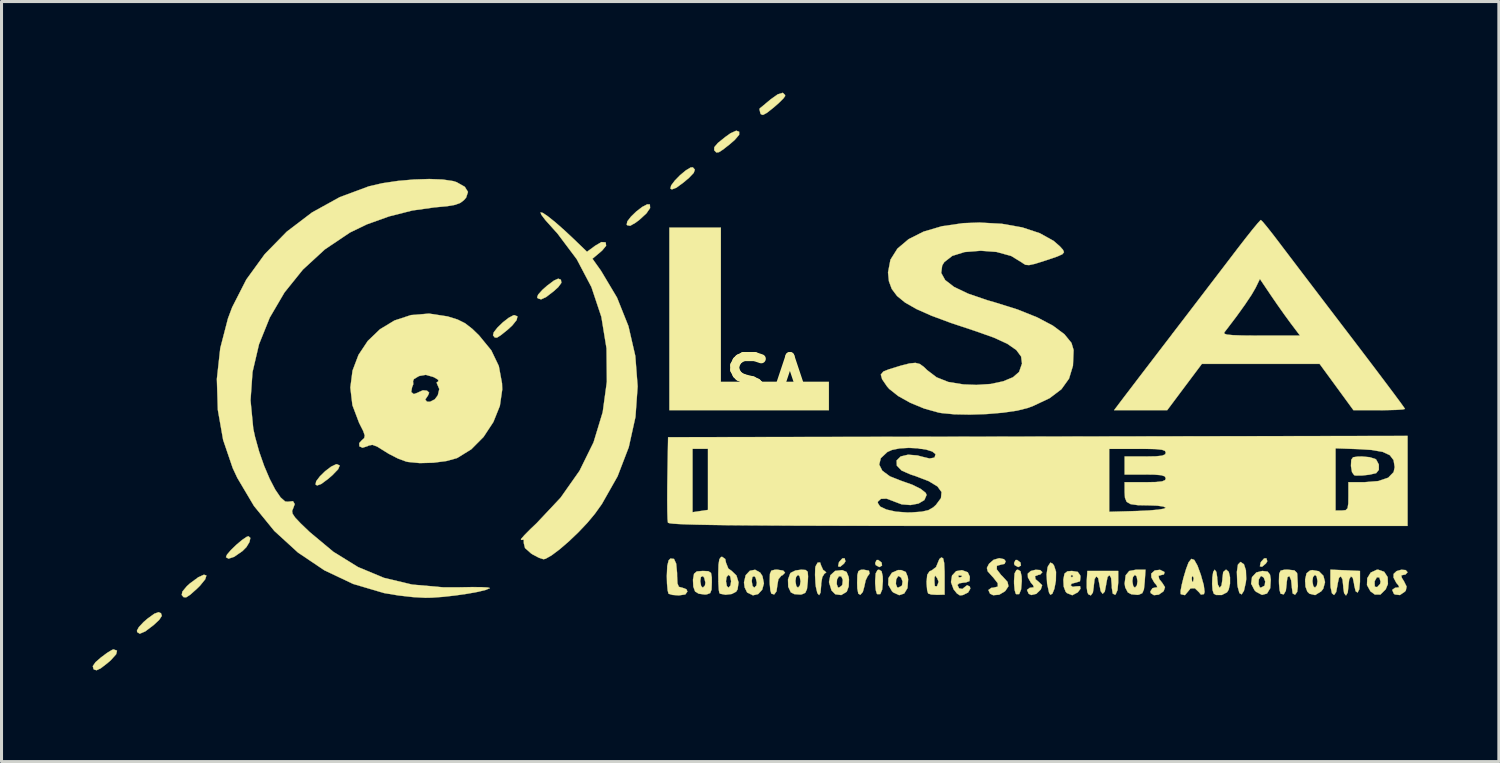
<source format=kicad_pcb>
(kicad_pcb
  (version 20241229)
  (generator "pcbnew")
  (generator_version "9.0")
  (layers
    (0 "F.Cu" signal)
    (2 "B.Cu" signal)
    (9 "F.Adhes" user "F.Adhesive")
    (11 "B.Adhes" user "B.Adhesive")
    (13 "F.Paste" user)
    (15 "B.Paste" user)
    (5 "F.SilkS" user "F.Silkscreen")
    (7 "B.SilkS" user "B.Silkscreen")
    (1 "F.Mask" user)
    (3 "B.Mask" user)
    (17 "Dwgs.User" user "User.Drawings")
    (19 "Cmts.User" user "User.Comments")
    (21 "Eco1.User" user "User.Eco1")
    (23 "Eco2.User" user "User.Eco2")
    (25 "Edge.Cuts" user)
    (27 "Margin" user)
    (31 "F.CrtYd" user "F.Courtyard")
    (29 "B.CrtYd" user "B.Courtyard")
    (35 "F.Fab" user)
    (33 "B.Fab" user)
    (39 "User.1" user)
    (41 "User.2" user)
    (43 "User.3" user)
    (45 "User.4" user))
  (footprint "LSA"
    (layer "F.Cu")
    (at 21.61 9.522)
    (property "Reference" "LSA" (at 0 0 0) (layer "F.SilkS") (effects (font (size 1.524 1.524) (thickness 0.3))))
    (attr through_hole)
    (fp_poly (pts (xy -0.931 0) (xy 2.625 0) (xy 2.625 0.931) (xy -2.625 0.931) (xy -2.625 -5.08) (xy -0.931 -5.08) (xy -0.931 0)) (stroke (width 0.01) (type solid)) (fill yes) (layer "F.SilkS"))
    (fp_poly (pts (xy 4.361 5.946) (xy 4.375 6.047) (xy 4.283 6.096) (xy 4.166 6.028) (xy 4.149 5.962) (xy 4.198 5.863) (xy 4.249 5.861) (xy 4.361 5.946)) (stroke (width 0.01) (type solid)) (fill yes) (layer "F.SilkS"))
    (fp_poly (pts (xy 8.933 5.946) (xy 8.947 6.047) (xy 8.855 6.096) (xy 8.738 6.028) (xy 8.721 5.962) (xy 8.77 5.863) (xy 8.821 5.861) (xy 8.933 5.946)) (stroke (width 0.01) (type solid)) (fill yes) (layer "F.SilkS"))
    (fp_poly (pts (xy 3.172 5.903) (xy 3.126 5.977) (xy 2.998 6.085) (xy 2.928 6.07) (xy 2.955 5.943) (xy 2.965 5.924) (xy 3.067 5.811) (xy 3.141 5.805) (xy 3.172 5.903)) (stroke (width 0.01) (type solid)) (fill yes) (layer "F.SilkS"))
    (fp_poly (pts (xy 17.057 5.903) (xy 17.012 5.977) (xy 16.883 6.085) (xy 16.814 6.07) (xy 16.84 5.943) (xy 16.85 5.924) (xy 16.952 5.811) (xy 17.026 5.805) (xy 17.057 5.903)) (stroke (width 0.01) (type solid)) (fill yes) (layer "F.SilkS"))
    (fp_poly (pts (xy -19.361 7.614) (xy -19.334 7.703) (xy -19.419 7.832) (xy -19.601 8.002) (xy -19.876 8.211) (xy -20.059 8.289) (xy -20.144 8.235) (xy -20.151 8.185) (xy -20.089 8.071) (xy -19.932 7.903) (xy -19.805 7.794) (xy -19.58 7.631) (xy -19.439 7.58) (xy -19.361 7.614)) (stroke (width 0.01) (type solid)) (fill yes) (layer "F.SilkS"))
    (fp_poly (pts (xy -17.866 6.373) (xy -17.906 6.499) (xy -18.079 6.711) (xy -18.182 6.812) (xy -18.4 7.006) (xy -18.534 7.092) (xy -18.619 7.084) (xy -18.678 7.013) (xy -18.655 6.9) (xy -18.51 6.726) (xy -18.408 6.633) (xy -18.131 6.429) (xy -17.946 6.346) (xy -17.866 6.373)) (stroke (width 0.01) (type solid)) (fill yes) (layer "F.SilkS"))
    (fp_poly (pts (xy -16.419 5.136) (xy -16.448 5.271) (xy -16.548 5.437) (xy -16.676 5.566) (xy -16.953 5.758) (xy -17.136 5.818) (xy -17.222 5.77) (xy -17.187 5.684) (xy -17.059 5.535) (xy -16.88 5.362) (xy -16.693 5.204) (xy -16.539 5.1) (xy -16.48 5.08) (xy -16.419 5.136)) (stroke (width 0.01) (type solid)) (fill yes) (layer "F.SilkS"))
    (fp_poly (pts (xy -13.477 2.752) (xy -13.53 2.875) (xy -13.722 3.074) (xy -13.861 3.194) (xy -14.086 3.36) (xy -14.221 3.409) (xy -14.273 3.376) (xy -14.251 3.269) (xy -14.13 3.109) (xy -13.953 2.936) (xy -13.762 2.791) (xy -13.601 2.713) (xy -13.568 2.709) (xy -13.477 2.752)) (stroke (width 0.01) (type solid)) (fill yes) (layer "F.SilkS"))
    (fp_poly (pts (xy -3.268 -5.842) (xy -3.26 -5.725) (xy -3.38 -5.549) (xy -3.612 -5.336) (xy -3.741 -5.239) (xy -3.917 -5.139) (xy -4.016 -5.159) (xy -4.03 -5.179) (xy -4.009 -5.285) (xy -3.888 -5.442) (xy -3.711 -5.613) (xy -3.519 -5.76) (xy -3.355 -5.846) (xy -3.268 -5.842)) (stroke (width 0.01) (type solid)) (fill yes) (layer "F.SilkS"))
    (fp_poly (pts (xy -1.787 -6.988) (xy -1.823 -6.882) (xy -1.975 -6.722) (xy -2.153 -6.571) (xy -2.396 -6.392) (xy -2.542 -6.337) (xy -2.591 -6.364) (xy -2.567 -6.467) (xy -2.446 -6.628) (xy -2.271 -6.807) (xy -2.083 -6.963) (xy -1.926 -7.058) (xy -1.853 -7.064) (xy -1.787 -6.988)) (stroke (width 0.01) (type solid)) (fill yes) (layer "F.SilkS"))
    (fp_poly (pts (xy 4.36 6.231) (xy 4.398 6.402) (xy 4.403 6.557) (xy 4.38 6.834) (xy 4.318 6.984) (xy 4.225 6.987) (xy 4.203 6.969) (xy 4.17 6.857) (xy 4.15 6.643) (xy 4.149 6.548) (xy 4.167 6.302) (xy 4.227 6.193) (xy 4.276 6.181) (xy 4.36 6.231)) (stroke (width 0.01) (type solid)) (fill yes) (layer "F.SilkS"))
    (fp_poly (pts (xy 8.932 6.231) (xy 8.97 6.402) (xy 8.975 6.557) (xy 8.952 6.834) (xy 8.89 6.984) (xy 8.797 6.987) (xy 8.775 6.969) (xy 8.742 6.857) (xy 8.722 6.643) (xy 8.721 6.548) (xy 8.739 6.302) (xy 8.799 6.193) (xy 8.848 6.181) (xy 8.932 6.231)) (stroke (width 0.01) (type solid)) (fill yes) (layer "F.SilkS"))
    (fp_poly (pts (xy 9.989 5.982) (xy 10.036 6.043) (xy 10.103 6.25) (xy 10.098 6.545) (xy 10.048 6.81) (xy 9.982 6.972) (xy 9.915 7.007) (xy 9.873 6.936) (xy 9.809 6.64) (xy 9.792 6.337) (xy 9.825 6.101) (xy 9.843 6.06) (xy 9.918 5.947) (xy 9.989 5.982)) (stroke (width 0.01) (type solid)) (fill yes) (layer "F.SilkS"))
    (fp_poly (pts (xy 16.289 6.003) (xy 16.354 6.204) (xy 16.363 6.49) (xy 16.351 6.597) (xy 16.289 6.875) (xy 16.213 6.994) (xy 16.14 6.952) (xy 16.083 6.747) (xy 16.069 6.629) (xy 16.056 6.251) (xy 16.091 6.013) (xy 16.174 5.927) (xy 16.178 5.927) (xy 16.289 6.003)) (stroke (width 0.01) (type solid)) (fill yes) (layer "F.SilkS"))
    (fp_poly (pts (xy -20.808 8.846) (xy -20.837 8.965) (xy -21.006 9.154) (xy -21.12 9.254) (xy -21.343 9.427) (xy -21.481 9.492) (xy -21.568 9.466) (xy -21.581 9.451) (xy -21.605 9.356) (xy -21.517 9.228) (xy -21.34 9.073) (xy -21.132 8.918) (xy -20.972 8.822) (xy -20.923 8.805) (xy -20.808 8.846)) (stroke (width 0.01) (type solid)) (fill yes) (layer "F.SilkS"))
    (fp_poly (pts (xy -6.198 -3.365) (xy -6.196 -3.363) (xy -6.18 -3.263) (xy -6.286 -3.118) (xy -6.435 -2.984) (xy -6.685 -2.792) (xy -6.849 -2.717) (xy -6.953 -2.75) (xy -6.979 -2.785) (xy -6.945 -2.874) (xy -6.807 -3.028) (xy -6.654 -3.164) (xy -6.425 -3.336) (xy -6.283 -3.399) (xy -6.198 -3.365)) (stroke (width 0.01) (type solid)) (fill yes) (layer "F.SilkS"))
    (fp_poly (pts (xy -0.328 -8.236) (xy -0.329 -8.135) (xy -0.474 -7.966) (xy -0.616 -7.842) (xy -0.852 -7.654) (xy -0.995 -7.562) (xy -1.079 -7.553) (xy -1.138 -7.613) (xy -1.15 -7.632) (xy -1.146 -7.727) (xy -1.028 -7.866) (xy -0.782 -8.064) (xy -0.609 -8.187) (xy -0.423 -8.27) (xy -0.328 -8.236)) (stroke (width 0.01) (type solid)) (fill yes) (layer "F.SilkS"))
    (fp_poly (pts (xy 3.944 6.214) (xy 3.966 6.31) (xy 3.901 6.397) (xy 3.835 6.534) (xy 3.795 6.724) (xy 3.743 6.913) (xy 3.662 7.007) (xy 3.595 6.972) (xy 3.561 6.798) (xy 3.556 6.611) (xy 3.563 6.357) (xy 3.597 6.23) (xy 3.679 6.185) (xy 3.768 6.181) (xy 3.944 6.214)) (stroke (width 0.01) (type solid)) (fill yes) (layer "F.SilkS"))
    (fp_poly (pts (xy -7.626 -2.157) (xy -7.654 -2.036) (xy -7.799 -1.856) (xy -7.954 -1.714) (xy -8.172 -1.539) (xy -8.299 -1.459) (xy -8.372 -1.462) (xy -8.43 -1.533) (xy -8.431 -1.535) (xy -8.405 -1.635) (xy -8.282 -1.791) (xy -8.105 -1.962) (xy -7.917 -2.109) (xy -7.761 -2.192) (xy -7.726 -2.198) (xy -7.626 -2.157)) (stroke (width 0.01) (type solid)) (fill yes) (layer "F.SilkS"))
    (fp_poly (pts (xy 1.122 6.21) (xy 1.183 6.28) (xy 1.098 6.364) (xy 1.058 6.381) (xy 0.963 6.497) (xy 0.931 6.681) (xy 0.901 6.894) (xy 0.825 6.997) (xy 0.731 6.969) (xy 0.698 6.857) (xy 0.679 6.643) (xy 0.677 6.548) (xy 0.685 6.319) (xy 0.731 6.213) (xy 0.848 6.182) (xy 0.931 6.181) (xy 1.122 6.21)) (stroke (width 0.01) (type solid)) (fill yes) (layer "F.SilkS"))
    (fp_poly (pts (xy 1.182 -9.446) (xy 1.185 -9.411) (xy 1.125 -9.328) (xy 0.97 -9.175) (xy 0.804 -9.03) (xy 0.584 -8.857) (xy 0.455 -8.788) (xy 0.388 -8.812) (xy 0.37 -8.846) (xy 0.341 -8.973) (xy 0.349 -9.003) (xy 0.427 -9.065) (xy 0.589 -9.201) (xy 0.704 -9.297) (xy 0.941 -9.466) (xy 1.106 -9.517) (xy 1.182 -9.446)) (stroke (width 0.01) (type solid)) (fill yes) (layer "F.SilkS"))
    (fp_poly (pts (xy 2.371 6.047) (xy 2.435 6.187) (xy 2.477 6.216) (xy 2.539 6.272) (xy 2.477 6.315) (xy 2.409 6.424) (xy 2.373 6.633) (xy 2.371 6.696) (xy 2.351 6.936) (xy 2.304 7.019) (xy 2.246 6.952) (xy 2.197 6.743) (xy 2.184 6.625) (xy 2.17 6.353) (xy 2.176 6.133) (xy 2.185 6.075) (xy 2.255 5.949) (xy 2.336 5.942) (xy 2.371 6.047)) (stroke (width 0.01) (type solid)) (fill yes) (layer "F.SilkS"))
    (fp_poly (pts (xy 20.426 2.478) (xy 20.609 2.534) (xy 20.642 2.557) (xy 20.729 2.72) (xy 20.729 2.894) (xy 20.642 3.003) (xy 20.637 3.004) (xy 20.419 3.054) (xy 20.167 3.082) (xy 19.964 3.081) (xy 19.918 3.071) (xy 19.846 2.97) (xy 19.812 2.772) (xy 19.812 2.745) (xy 19.821 2.564) (xy 19.881 2.48) (xy 20.037 2.457) (xy 20.176 2.455) (xy 20.426 2.478)) (stroke (width 0.01) (type solid)) (fill yes) (layer "F.SilkS"))
    (fp_poly (pts (xy -2.473 5.827) (xy -2.402 5.981) (xy -2.372 6.288) (xy -2.371 6.399) (xy -2.359 6.635) (xy -2.312 6.745) (xy -2.208 6.773) (xy -2.201 6.773) (xy -2.063 6.826) (xy -2.032 6.9) (xy -2.1 6.996) (xy -2.312 7.027) (xy -2.314 7.027) (xy -2.523 7.012) (xy -2.649 6.974) (xy -2.653 6.971) (xy -2.682 6.862) (xy -2.703 6.637) (xy -2.709 6.387) (xy -2.695 6.058) (xy -2.649 5.873) (xy -2.589 5.814) (xy -2.473 5.827)) (stroke (width 0.01) (type solid)) (fill yes) (layer "F.SilkS"))
    (fp_poly (pts (xy 9.582 6.194) (xy 9.652 6.262) (xy 9.652 6.265) (xy 9.583 6.34) (xy 9.525 6.35) (xy 9.411 6.394) (xy 9.428 6.495) (xy 9.546 6.595) (xy 9.646 6.694) (xy 9.601 6.832) (xy 9.454 6.976) (xy 9.289 7.015) (xy 9.203 6.974) (xy 9.147 6.848) (xy 9.239 6.777) (xy 9.284 6.773) (xy 9.373 6.76) (xy 9.347 6.691) (xy 9.274 6.607) (xy 9.178 6.437) (xy 9.173 6.311) (xy 9.27 6.225) (xy 9.43 6.184) (xy 9.582 6.194)) (stroke (width 0.01) (type solid)) (fill yes) (layer "F.SilkS"))
    (fp_poly (pts (xy 13.665 6.253) (xy 13.674 6.265) (xy 13.654 6.338) (xy 13.594 6.35) (xy 13.477 6.383) (xy 13.499 6.489) (xy 13.601 6.617) (xy 13.69 6.757) (xy 13.649 6.878) (xy 13.633 6.899) (xy 13.485 7.002) (xy 13.326 7.02) (xy 13.221 6.954) (xy 13.208 6.9) (xy 13.277 6.791) (xy 13.348 6.773) (xy 13.437 6.76) (xy 13.411 6.691) (xy 13.338 6.607) (xy 13.242 6.437) (xy 13.237 6.311) (xy 13.352 6.207) (xy 13.525 6.185) (xy 13.665 6.253)) (stroke (width 0.01) (type solid)) (fill yes) (layer "F.SilkS"))
    (fp_poly (pts (xy 20.905 6.25) (xy 21.019 6.425) (xy 21.028 6.653) (xy 20.955 6.827) (xy 20.783 6.998) (xy 20.599 7) (xy 20.453 6.894) (xy 20.339 6.686) (xy 20.343 6.592) (xy 20.588 6.592) (xy 20.597 6.74) (xy 20.673 6.755) (xy 20.771 6.649) (xy 20.786 6.576) (xy 20.746 6.437) (xy 20.664 6.431) (xy 20.595 6.554) (xy 20.588 6.592) (xy 20.343 6.592) (xy 20.348 6.461) (xy 20.462 6.276) (xy 20.662 6.183) (xy 20.706 6.181) (xy 20.905 6.25)) (stroke (width 0.01) (type solid)) (fill yes) (layer "F.SilkS"))
    (fp_poly (pts (xy 21.614 6.194) (xy 21.675 6.265) (xy 21.606 6.34) (xy 21.546 6.35) (xy 21.467 6.368) (xy 21.487 6.451) (xy 21.556 6.562) (xy 21.643 6.737) (xy 21.618 6.863) (xy 21.59 6.901) (xy 21.422 7.016) (xy 21.256 6.997) (xy 21.223 6.971) (xy 21.169 6.847) (xy 21.264 6.777) (xy 21.307 6.773) (xy 21.399 6.761) (xy 21.373 6.695) (xy 21.305 6.616) (xy 21.213 6.441) (xy 21.216 6.32) (xy 21.313 6.228) (xy 21.469 6.183) (xy 21.614 6.194)) (stroke (width 0.01) (type solid)) (fill yes) (layer "F.SilkS"))
    (fp_poly (pts (xy 0.363 6.276) (xy 0.439 6.392) (xy 0.487 6.632) (xy 0.43 6.84) (xy 0.299 6.982) (xy 0.126 7.025) (xy -0.057 6.936) (xy -0.068 6.926) (xy -0.146 6.767) (xy -0.169 6.604) (xy -0.158 6.557) (xy 0.085 6.557) (xy 0.113 6.718) (xy 0.169 6.773) (xy 0.239 6.703) (xy 0.254 6.609) (xy 0.215 6.447) (xy 0.169 6.392) (xy 0.107 6.422) (xy 0.085 6.557) (xy -0.158 6.557) (xy -0.114 6.363) (xy 0.023 6.217) (xy 0.197 6.183) (xy 0.363 6.276)) (stroke (width 0.01) (type solid)) (fill yes) (layer "F.SilkS"))
    (fp_poly (pts (xy 3.209 6.257) (xy 3.276 6.42) (xy 3.287 6.504) (xy 3.277 6.734) (xy 3.215 6.903) (xy 3.213 6.906) (xy 3.032 7.016) (xy 2.837 6.99) (xy 2.712 6.864) (xy 2.648 6.651) (xy 2.882 6.651) (xy 2.922 6.76) (xy 2.954 6.773) (xy 3.049 6.707) (xy 3.069 6.668) (xy 3.084 6.514) (xy 3.034 6.404) (xy 2.956 6.397) (xy 2.894 6.501) (xy 2.882 6.651) (xy 2.648 6.651) (xy 2.629 6.589) (xy 2.675 6.363) (xy 2.831 6.221) (xy 3.065 6.195) (xy 3.209 6.257)) (stroke (width 0.01) (type solid)) (fill yes) (layer "F.SilkS"))
    (fp_poly (pts (xy 13.022 6.583) (xy 12.996 6.829) (xy 12.942 6.954) (xy 12.834 7.002) (xy 12.784 7.01) (xy 12.58 6.99) (xy 12.467 6.929) (xy 12.38 6.763) (xy 12.361 6.636) (xy 12.371 6.562) (xy 12.615 6.562) (xy 12.644 6.721) (xy 12.7 6.773) (xy 12.764 6.701) (xy 12.785 6.562) (xy 12.756 6.403) (xy 12.7 6.35) (xy 12.636 6.422) (xy 12.615 6.562) (xy 12.371 6.562) (xy 12.395 6.366) (xy 12.512 6.224) (xy 12.74 6.181) (xy 12.756 6.181) (xy 13.048 6.181) (xy 13.022 6.583)) (stroke (width 0.01) (type solid)) (fill yes) (layer "F.SilkS"))
    (fp_poly (pts (xy 15.788 6.253) (xy 15.83 6.428) (xy 15.83 6.644) (xy 15.785 6.84) (xy 15.731 6.926) (xy 15.56 7.014) (xy 15.372 7.013) (xy 15.296 6.971) (xy 15.256 6.854) (xy 15.241 6.653) (xy 15.249 6.432) (xy 15.277 6.253) (xy 15.325 6.181) (xy 15.381 6.255) (xy 15.409 6.438) (xy 15.409 6.477) (xy 15.431 6.673) (xy 15.483 6.771) (xy 15.494 6.773) (xy 15.55 6.699) (xy 15.578 6.516) (xy 15.579 6.477) (xy 15.606 6.258) (xy 15.694 6.181) (xy 15.706 6.181) (xy 15.788 6.253)) (stroke (width 0.01) (type solid)) (fill yes) (layer "F.SilkS"))
    (fp_poly (pts (xy 17.068 6.244) (xy 17.146 6.342) (xy 17.172 6.504) (xy 17.153 6.791) (xy 17.048 6.966) (xy 16.884 7.011) (xy 16.688 6.909) (xy 16.635 6.855) (xy 16.533 6.653) (xy 16.769 6.653) (xy 16.811 6.761) (xy 16.844 6.773) (xy 16.959 6.712) (xy 16.971 6.696) (xy 16.989 6.57) (xy 16.942 6.443) (xy 16.863 6.39) (xy 16.84 6.398) (xy 16.778 6.503) (xy 16.769 6.653) (xy 16.533 6.653) (xy 16.526 6.638) (xy 16.554 6.427) (xy 16.697 6.272) (xy 16.893 6.223) (xy 17.068 6.244)) (stroke (width 0.01) (type solid)) (fill yes) (layer "F.SilkS"))
    (fp_poly (pts (xy 18.755 6.232) (xy 18.903 6.38) (xy 18.958 6.59) (xy 18.899 6.808) (xy 18.832 6.894) (xy 18.632 7.017) (xy 18.447 6.973) (xy 18.377 6.906) (xy 18.315 6.741) (xy 18.305 6.562) (xy 18.542 6.562) (xy 18.571 6.721) (xy 18.627 6.773) (xy 18.69 6.701) (xy 18.711 6.562) (xy 18.682 6.403) (xy 18.627 6.35) (xy 18.563 6.422) (xy 18.542 6.562) (xy 18.305 6.562) (xy 18.303 6.511) (xy 18.303 6.504) (xy 18.35 6.299) (xy 18.463 6.209) (xy 18.537 6.194) (xy 18.755 6.232)) (stroke (width 0.01) (type solid)) (fill yes) (layer "F.SilkS"))
    (fp_poly (pts (xy 5.012 6.195) (xy 5.157 6.257) (xy 5.223 6.42) (xy 5.234 6.504) (xy 5.213 6.786) (xy 5.105 6.965) (xy 4.94 7.02) (xy 4.744 6.93) (xy 4.705 6.894) (xy 4.581 6.679) (xy 4.581 6.653) (xy 4.831 6.653) (xy 4.873 6.761) (xy 4.906 6.773) (xy 5.021 6.712) (xy 5.033 6.696) (xy 5.051 6.57) (xy 5.004 6.443) (xy 4.925 6.39) (xy 4.902 6.398) (xy 4.84 6.503) (xy 4.831 6.653) (xy 4.581 6.653) (xy 4.586 6.459) (xy 4.701 6.281) (xy 4.903 6.193) (xy 5.012 6.195)) (stroke (width 0.01) (type solid)) (fill yes) (layer "F.SilkS"))
    (fp_poly (pts (xy -1.342 6.231) (xy -1.255 6.287) (xy -1.229 6.435) (xy -1.228 6.602) (xy -1.237 6.837) (xy -1.282 6.952) (xy -1.392 6.993) (xy -1.455 6.999) (xy -1.659 6.972) (xy -1.778 6.9) (xy -1.837 6.74) (xy -1.846 6.557) (xy -1.609 6.557) (xy -1.58 6.718) (xy -1.524 6.773) (xy -1.455 6.703) (xy -1.439 6.609) (xy -1.478 6.447) (xy -1.524 6.392) (xy -1.587 6.422) (xy -1.609 6.557) (xy -1.846 6.557) (xy -1.848 6.511) (xy -1.847 6.504) (xy -1.813 6.315) (xy -1.722 6.238) (xy -1.524 6.223) (xy -1.342 6.231)) (stroke (width 0.01) (type solid)) (fill yes) (layer "F.SilkS"))
    (fp_poly (pts (xy 1.861 6.191) (xy 1.928 6.25) (xy 1.94 6.405) (xy 1.931 6.576) (xy 1.904 6.821) (xy 1.848 6.943) (xy 1.736 6.993) (xy 1.69 7) (xy 1.487 6.985) (xy 1.372 6.926) (xy 1.287 6.743) (xy 1.282 6.562) (xy 1.524 6.562) (xy 1.553 6.721) (xy 1.609 6.773) (xy 1.672 6.701) (xy 1.693 6.562) (xy 1.664 6.403) (xy 1.609 6.35) (xy 1.545 6.422) (xy 1.524 6.562) (xy 1.282 6.562) (xy 1.28 6.504) (xy 1.352 6.305) (xy 1.372 6.282) (xy 1.527 6.207) (xy 1.715 6.181) (xy 1.861 6.191)) (stroke (width 0.01) (type solid)) (fill yes) (layer "F.SilkS"))
    (fp_poly (pts (xy 17.95 6.204) (xy 18.036 6.288) (xy 18.043 6.329) (xy 18.053 6.524) (xy 18.064 6.724) (xy 18.041 6.911) (xy 17.971 7.006) (xy 17.893 6.963) (xy 17.865 6.762) (xy 17.865 6.743) (xy 17.843 6.53) (xy 17.789 6.4) (xy 17.78 6.392) (xy 17.722 6.428) (xy 17.696 6.599) (xy 17.695 6.636) (xy 17.668 6.873) (xy 17.598 6.994) (xy 17.5 6.973) (xy 17.495 6.969) (xy 17.462 6.857) (xy 17.443 6.643) (xy 17.441 6.548) (xy 17.448 6.319) (xy 17.495 6.213) (xy 17.619 6.182) (xy 17.738 6.181) (xy 17.95 6.204)) (stroke (width 0.01) (type solid)) (fill yes) (layer "F.SilkS"))
    (fp_poly (pts (xy 8.39 5.835) (xy 8.445 5.905) (xy 8.407 5.991) (xy 8.304 6.011) (xy 8.156 6.053) (xy 8.152 6.171) (xy 8.292 6.354) (xy 8.34 6.4) (xy 8.506 6.583) (xy 8.537 6.725) (xy 8.438 6.874) (xy 8.418 6.894) (xy 8.233 7.004) (xy 8.034 7.021) (xy 7.93 6.971) (xy 7.876 6.85) (xy 7.972 6.78) (xy 8.043 6.773) (xy 8.186 6.738) (xy 8.184 6.627) (xy 8.037 6.438) (xy 7.993 6.392) (xy 7.854 6.236) (xy 7.827 6.124) (xy 7.896 5.989) (xy 7.898 5.986) (xy 8.047 5.856) (xy 8.233 5.802) (xy 8.39 5.835)) (stroke (width 0.01) (type solid)) (fill yes) (layer "F.SilkS"))
    (fp_poly (pts (xy 6.386 5.807) (xy 6.42 5.956) (xy 6.434 6.245) (xy 6.435 6.372) (xy 6.435 7.002) (xy 6.189 7.009) (xy 5.995 6.998) (xy 5.893 6.965) (xy 5.86 6.855) (xy 5.843 6.645) (xy 5.842 6.582) (xy 5.844 6.557) (xy 6.099 6.557) (xy 6.113 6.72) (xy 6.169 6.732) (xy 6.189 6.714) (xy 6.238 6.58) (xy 6.192 6.464) (xy 6.129 6.376) (xy 6.103 6.427) (xy 6.099 6.557) (xy 5.844 6.557) (xy 5.863 6.349) (xy 5.939 6.234) (xy 6.007 6.206) (xy 6.153 6.096) (xy 6.197 5.988) (xy 6.263 5.83) (xy 6.329 5.778) (xy 6.386 5.807)) (stroke (width 0.01) (type solid)) (fill yes) (layer "F.SilkS"))
    (fp_poly (pts (xy 10.817 6.253) (xy 10.898 6.366) (xy 10.907 6.413) (xy 10.891 6.563) (xy 10.761 6.604) (xy 10.759 6.604) (xy 10.618 6.641) (xy 10.583 6.694) (xy 10.649 6.746) (xy 10.753 6.731) (xy 10.894 6.723) (xy 10.908 6.808) (xy 10.82 6.926) (xy 10.637 7.022) (xy 10.46 6.95) (xy 10.419 6.906) (xy 10.356 6.741) (xy 10.344 6.511) (xy 10.345 6.504) (xy 10.366 6.392) (xy 10.583 6.392) (xy 10.626 6.435) (xy 10.668 6.392) (xy 10.626 6.35) (xy 10.583 6.392) (xy 10.366 6.392) (xy 10.382 6.311) (xy 10.477 6.235) (xy 10.626 6.223) (xy 10.817 6.253)) (stroke (width 0.01) (type solid)) (fill yes) (layer "F.SilkS"))
    (fp_poly (pts (xy 12.15 6.597) (xy 12.127 6.852) (xy 12.065 6.993) (xy 12.044 7.006) (xy 11.97 6.967) (xy 11.939 6.777) (xy 11.938 6.696) (xy 11.915 6.451) (xy 11.86 6.359) (xy 11.799 6.423) (xy 11.754 6.648) (xy 11.753 6.668) (xy 11.707 6.903) (xy 11.638 6.976) (xy 11.571 6.886) (xy 11.531 6.666) (xy 11.489 6.457) (xy 11.428 6.402) (xy 11.372 6.492) (xy 11.345 6.718) (xy 11.345 6.736) (xy 11.316 6.935) (xy 11.248 7.028) (xy 11.168 6.992) (xy 11.134 6.921) (xy 11.114 6.769) (xy 11.114 6.541) (xy 11.116 6.519) (xy 11.134 6.223) (xy 12.15 6.223) (xy 12.15 6.597)) (stroke (width 0.01) (type solid)) (fill yes) (layer "F.SilkS"))
    (fp_poly (pts (xy 14.652 5.858) (xy 14.758 6.044) (xy 14.87 6.35) (xy 14.966 6.691) (xy 14.993 6.913) (xy 14.971 6.985) (xy 14.873 7.001) (xy 14.807 6.921) (xy 14.673 6.793) (xy 14.53 6.797) (xy 14.447 6.9) (xy 14.345 7.019) (xy 14.215 6.99) (xy 14.205 6.98) (xy 14.203 6.882) (xy 14.241 6.678) (xy 14.293 6.47) (xy 14.569 6.47) (xy 14.585 6.58) (xy 14.614 6.581) (xy 14.634 6.468) (xy 14.621 6.419) (xy 14.583 6.387) (xy 14.569 6.47) (xy 14.293 6.47) (xy 14.306 6.42) (xy 14.383 6.162) (xy 14.459 5.959) (xy 14.469 5.936) (xy 14.558 5.825) (xy 14.652 5.858)) (stroke (width 0.01) (type solid)) (fill yes) (layer "F.SilkS"))
    (fp_poly (pts (xy 19.622 6.201) (xy 20.108 6.223) (xy 20.108 6.583) (xy 20.085 6.828) (xy 20.03 6.934) (xy 19.966 6.891) (xy 19.918 6.694) (xy 19.913 6.646) (xy 19.871 6.448) (xy 19.81 6.402) (xy 19.754 6.496) (xy 19.727 6.718) (xy 19.727 6.736) (xy 19.706 6.93) (xy 19.653 7.025) (xy 19.643 7.027) (xy 19.586 6.953) (xy 19.559 6.771) (xy 19.558 6.736) (xy 19.534 6.503) (xy 19.48 6.403) (xy 19.418 6.446) (xy 19.374 6.642) (xy 19.373 6.659) (xy 19.325 6.916) (xy 19.255 7.014) (xy 19.186 6.959) (xy 19.141 6.756) (xy 19.135 6.611) (xy 19.135 6.18) (xy 19.622 6.201)) (stroke (width 0.01) (type solid)) (fill yes) (layer "F.SilkS"))
    (fp_poly (pts (xy -0.786 5.83) (xy -0.762 5.949) (xy -0.685 6.143) (xy -0.572 6.224) (xy -0.417 6.373) (xy -0.348 6.599) (xy -0.38 6.828) (xy -0.426 6.904) (xy -0.571 6.981) (xy -0.777 7.006) (xy -0.949 6.973) (xy -0.978 6.952) (xy -0.997 6.855) (xy -1.011 6.635) (xy -1.012 6.562) (xy -0.762 6.562) (xy -0.733 6.721) (xy -0.677 6.773) (xy -0.614 6.701) (xy -0.593 6.562) (xy -0.622 6.403) (xy -0.677 6.35) (xy -0.741 6.422) (xy -0.762 6.562) (xy -1.012 6.562) (xy -1.016 6.341) (xy -1.016 6.336) (xy -1.008 6.018) (xy -0.98 5.838) (xy -0.925 5.764) (xy -0.889 5.757) (xy -0.786 5.83)) (stroke (width 0.01) (type solid)) (fill yes) (layer "F.SilkS"))
    (fp_poly (pts (xy 7.198 6.266) (xy 7.266 6.413) (xy 7.255 6.556) (xy 7.134 6.602) (xy 7.076 6.604) (xy 6.914 6.631) (xy 6.858 6.684) (xy 6.912 6.795) (xy 7.019 6.816) (xy 7.069 6.775) (xy 7.176 6.692) (xy 7.266 6.737) (xy 7.281 6.807) (xy 7.208 6.933) (xy 7.034 7.016) (xy 6.938 7.027) (xy 6.841 6.964) (xy 6.731 6.827) (xy 6.645 6.59) (xy 6.679 6.378) (xy 6.886 6.378) (xy 6.898 6.429) (xy 6.943 6.435) (xy 7.012 6.404) (xy 6.999 6.378) (xy 6.899 6.368) (xy 6.886 6.378) (xy 6.679 6.378) (xy 6.68 6.375) (xy 6.815 6.229) (xy 7.006 6.196) (xy 7.198 6.266)) (stroke (width 0.01) (type solid)) (fill yes) (layer "F.SilkS"))
    (fp_poly (pts (xy -6.791 -5.563) (xy -6.627 -5.453) (xy -6.383 -5.258) (xy -6.07 -4.982) (xy -5.78 -4.71) (xy -5.337 -4.284) (xy -5.073 -4.479) (xy -4.862 -4.603) (xy -4.733 -4.596) (xy -4.721 -4.585) (xy -4.708 -4.482) (xy -4.839 -4.325) (xy -4.895 -4.276) (xy -5.158 -4.055) (xy -4.875 -3.657) (xy -4.349 -2.776) (xy -3.973 -1.836) (xy -3.747 -0.855) (xy -3.67 0.148) (xy -3.742 1.155) (xy -3.962 2.148) (xy -4.331 3.108) (xy -4.846 4.017) (xy -5.077 4.34) (xy -5.324 4.637) (xy -5.619 4.948) (xy -5.933 5.248) (xy -6.237 5.51) (xy -6.503 5.71) (xy -6.702 5.822) (xy -6.769 5.837) (xy -6.921 5.788) (xy -7.132 5.676) (xy -7.178 5.646) (xy -7.377 5.469) (xy -7.417 5.307) (xy -7.417 5.306) (xy -7.42 5.195) (xy -7.509 5.201) (xy -7.506 5.169) (xy -7.397 5.044) (xy -7.202 4.847) (xy -6.99 4.645) (xy -6.206 3.811) (xy -5.583 2.926) (xy -5.121 1.988) (xy -4.82 0.997) (xy -4.683 -0.006) (xy -4.694 -1.102) (xy -4.864 -2.142) (xy -5.191 -3.122) (xy -5.673 -4.038) (xy -6.308 -4.884) (xy -6.456 -5.048) (xy -6.708 -5.329) (xy -6.842 -5.506) (xy -6.866 -5.582) (xy -6.791 -5.563)) (stroke (width 0.01) (type solid)) (fill yes) (layer "F.SilkS"))
    (fp_poly (pts (xy 16.912 -5.265) (xy 17.056 -5.092) (xy 17.256 -4.838) (xy 17.446 -4.589) (xy 17.633 -4.342) (xy 17.906 -3.983) (xy 18.247 -3.534) (xy 18.641 -3.017) (xy 19.069 -2.455) (xy 19.516 -1.869) (xy 19.796 -1.503) (xy 20.214 -0.954) (xy 20.598 -0.448) (xy 20.935 -0.001) (xy 21.215 0.372) (xy 21.425 0.655) (xy 21.553 0.833) (xy 21.59 0.889) (xy 21.511 0.907) (xy 21.299 0.921) (xy 20.989 0.929) (xy 20.742 0.931) (xy 19.894 0.931) (xy 19.337 0.169) (xy 18.78 -0.593) (xy 14.903 -0.593) (xy 14.332 0.169) (xy 13.762 0.931) (xy 12.014 0.931) (xy 12.251 0.617) (xy 12.365 0.467) (xy 12.566 0.204) (xy 12.837 -0.152) (xy 13.164 -0.579) (xy 13.529 -1.056) (xy 13.917 -1.562) (xy 13.928 -1.577) (xy 13.968 -1.63) (xy 15.642 -1.63) (xy 15.642 -1.588) (xy 15.731 -1.558) (xy 15.929 -1.539) (xy 16.254 -1.528) (xy 16.725 -1.524) (xy 16.846 -1.524) (xy 18.135 -1.524) (xy 17.831 -1.926) (xy 17.622 -2.212) (xy 17.376 -2.56) (xy 17.171 -2.859) (xy 16.814 -3.39) (xy 16.672 -3.097) (xy 16.54 -2.869) (xy 16.323 -2.545) (xy 16.046 -2.159) (xy 15.732 -1.745) (xy 15.642 -1.63) (xy 13.968 -1.63) (xy 14.35 -2.128) (xy 14.78 -2.69) (xy 15.196 -3.234) (xy 15.574 -3.728) (xy 15.891 -4.143) (xy 16.083 -4.395) (xy 16.345 -4.733) (xy 16.57 -5.017) (xy 16.74 -5.222) (xy 16.834 -5.323) (xy 16.845 -5.33) (xy 16.912 -5.265)) (stroke (width 0.01) (type solid)) (fill yes) (layer "F.SilkS"))
    (fp_poly (pts (xy -9.925 -2.156) (xy -9.598 -2.054) (xy -9.348 -1.929) (xy -9.11 -1.744) (xy -8.89 -1.53) (xy -8.487 -1.038) (xy -8.24 -0.523) (xy -8.134 0.05) (xy -8.128 0.254) (xy -8.205 0.788) (xy -8.419 1.32) (xy -8.742 1.811) (xy -9.146 2.218) (xy -9.604 2.501) (xy -9.625 2.51) (xy -9.965 2.604) (xy -10.395 2.66) (xy -10.841 2.672) (xy -11.225 2.635) (xy -11.292 2.621) (xy -11.557 2.523) (xy -11.863 2.366) (xy -12.008 2.276) (xy -12.247 2.127) (xy -12.402 2.071) (xy -12.522 2.094) (xy -12.559 2.114) (xy -12.725 2.167) (xy -12.83 2.12) (xy -12.834 2.014) (xy -12.75 1.921) (xy -12.671 1.85) (xy -12.653 1.763) (xy -12.703 1.617) (xy -12.828 1.369) (xy -12.838 1.35) (xy -13.059 0.766) (xy -13.11 0.332) (xy -11.123 0.332) (xy -11.039 0.401) (xy -10.889 0.346) (xy -10.877 0.336) (xy -10.738 0.276) (xy -10.604 0.288) (xy -10.533 0.354) (xy -10.569 0.443) (xy -10.662 0.581) (xy -10.604 0.65) (xy -10.504 0.654) (xy -10.348 0.574) (xy -10.248 0.439) (xy -10.199 0.235) (xy -10.246 0.126) (xy -10.289 0.021) (xy -10.234 -0.018) (xy -10.232 -0.067) (xy -10.358 -0.145) (xy -10.403 -0.165) (xy -10.643 -0.233) (xy -10.848 -0.198) (xy -10.894 -0.178) (xy -11.035 -0.092) (xy -11.063 -0.028) (xy -11.056 0.077) (xy -11.095 0.175) (xy -11.123 0.332) (xy -13.11 0.332) (xy -13.127 0.186) (xy -13.055 -0.372) (xy -12.859 -0.889) (xy -12.554 -1.348) (xy -12.154 -1.732) (xy -11.675 -2.022) (xy -11.131 -2.2) (xy -10.536 -2.249) (xy -9.925 -2.156)) (stroke (width 0.01) (type solid)) (fill yes) (layer "F.SilkS"))
    (fp_poly (pts (xy -10.083 -6.662) (xy -9.74 -6.611) (xy -9.63 -6.576) (xy -9.359 -6.422) (xy -9.255 -6.254) (xy -9.316 -6.067) (xy -9.387 -5.985) (xy -9.507 -5.893) (xy -9.677 -5.83) (xy -9.934 -5.785) (xy -10.318 -5.749) (xy -10.357 -5.746) (xy -11.085 -5.643) (xy -11.852 -5.449) (xy -12.586 -5.186) (xy -13.141 -4.917) (xy -13.967 -4.362) (xy -14.689 -3.698) (xy -15.296 -2.944) (xy -15.78 -2.118) (xy -16.134 -1.239) (xy -16.348 -0.324) (xy -16.413 0.608) (xy -16.323 1.538) (xy -16.266 1.803) (xy -16.129 2.296) (xy -15.964 2.767) (xy -15.783 3.192) (xy -15.6 3.544) (xy -15.425 3.801) (xy -15.273 3.936) (xy -15.187 3.944) (xy -15.015 3.926) (xy -14.958 4.022) (xy -15.009 4.16) (xy -15.045 4.247) (xy -15.028 4.342) (xy -14.941 4.469) (xy -14.764 4.656) (xy -14.48 4.928) (xy -14.469 4.939) (xy -13.685 5.593) (xy -12.875 6.094) (xy -12.018 6.451) (xy -11.093 6.671) (xy -10.077 6.761) (xy -9.518 6.761) (xy -9.127 6.754) (xy -8.813 6.756) (xy -8.605 6.767) (xy -8.533 6.786) (xy -8.534 6.788) (xy -8.667 6.846) (xy -8.928 6.91) (xy -9.276 6.973) (xy -9.673 7.03) (xy -10.076 7.075) (xy -10.446 7.102) (xy -10.656 7.106) (xy -11.067 7.083) (xy -11.545 7.029) (xy -11.991 6.955) (xy -12.026 6.948) (xy -13.035 6.65) (xy -13.981 6.202) (xy -14.851 5.617) (xy -15.629 4.906) (xy -16.3 4.083) (xy -16.848 3.159) (xy -16.999 2.836) (xy -17.315 1.909) (xy -17.489 0.921) (xy -17.521 -0.096) (xy -17.409 -1.111) (xy -17.155 -2.091) (xy -17.017 -2.458) (xy -16.551 -3.371) (xy -15.945 -4.206) (xy -15.219 -4.947) (xy -14.389 -5.578) (xy -13.475 -6.083) (xy -12.516 -6.439) (xy -12.073 -6.541) (xy -11.566 -6.616) (xy -11.037 -6.663) (xy -10.529 -6.679) (xy -10.083 -6.662)) (stroke (width 0.01) (type solid)) (fill yes) (layer "F.SilkS"))
    (fp_poly (pts (xy 8.32 -5.205) (xy 8.991 -5.086) (xy 9.567 -4.896) (xy 10.023 -4.643) (xy 10.23 -4.462) (xy 10.331 -4.35) (xy 10.365 -4.27) (xy 10.313 -4.204) (xy 10.151 -4.131) (xy 9.858 -4.03) (xy 9.71 -3.982) (xy 9.405 -3.886) (xy 9.214 -3.845) (xy 9.095 -3.855) (xy 9.003 -3.912) (xy 8.988 -3.925) (xy 8.627 -4.146) (xy 8.142 -4.279) (xy 7.626 -4.318) (xy 7.092 -4.275) (xy 6.688 -4.149) (xy 6.424 -3.944) (xy 6.355 -3.83) (xy 6.323 -3.587) (xy 6.453 -3.353) (xy 6.746 -3.127) (xy 7.205 -2.907) (xy 7.831 -2.692) (xy 8.069 -2.624) (xy 8.834 -2.385) (xy 9.482 -2.125) (xy 10.001 -1.851) (xy 10.38 -1.568) (xy 10.611 -1.284) (xy 10.681 -1.05) (xy 10.66 -0.534) (xy 10.531 -0.109) (xy 10.279 0.242) (xy 9.89 0.536) (xy 9.35 0.791) (xy 9.174 0.857) (xy 8.823 0.945) (xy 8.354 1.013) (xy 7.82 1.058) (xy 7.27 1.076) (xy 6.756 1.066) (xy 6.329 1.025) (xy 6.234 1.008) (xy 5.765 0.877) (xy 5.307 0.688) (xy 4.906 0.464) (xy 4.611 0.23) (xy 4.542 0.151) (xy 4.378 -0.088) (xy 4.335 -0.241) (xy 4.417 -0.341) (xy 4.593 -0.412) (xy 4.999 -0.537) (xy 5.28 -0.608) (xy 5.473 -0.627) (xy 5.616 -0.591) (xy 5.744 -0.5) (xy 5.859 -0.389) (xy 6.17 -0.152) (xy 6.558 0.002) (xy 7.053 0.082) (xy 7.481 0.099) (xy 7.95 0.068) (xy 8.364 -0.02) (xy 8.685 -0.153) (xy 8.88 -0.322) (xy 8.892 -0.343) (xy 8.983 -0.603) (xy 8.954 -0.835) (xy 8.795 -1.05) (xy 8.498 -1.256) (xy 8.051 -1.461) (xy 7.446 -1.675) (xy 7.425 -1.682) (xy 6.64 -1.943) (xy 6.006 -2.178) (xy 5.51 -2.398) (xy 5.135 -2.612) (xy 4.869 -2.829) (xy 4.696 -3.06) (xy 4.602 -3.314) (xy 4.573 -3.6) (xy 4.573 -3.607) (xy 4.652 -4.022) (xy 4.882 -4.388) (xy 5.25 -4.699) (xy 5.742 -4.947) (xy 6.346 -5.125) (xy 7.047 -5.226) (xy 7.578 -5.246) (xy 8.32 -5.205)) (stroke (width 0.01) (type solid)) (fill yes) (layer "F.SilkS"))
    (fp_poly (pts (xy 21.675 4.741) (xy 9.522 4.741) (xy 7.798 4.741) (xy 6.235 4.74) (xy 4.827 4.739) (xy 3.567 4.737) (xy 2.448 4.734) (xy 1.461 4.731) (xy 0.601 4.726) (xy -0.141 4.721) (xy -0.771 4.715) (xy -1.297 4.707) (xy -1.726 4.699) (xy -2.065 4.689) (xy -2.321 4.678) (xy -2.502 4.666) (xy -2.615 4.652) (xy -2.667 4.637) (xy -2.672 4.632) (xy -2.685 4.514) (xy -2.693 4.257) (xy -2.696 3.895) (xy -2.694 3.457) (xy -2.69 3.172) (xy -2.674 2.201) (xy -1.863 2.201) (xy -1.863 4.289) (xy -1.609 4.251) (xy -1.355 4.214) (xy -1.355 3.981) (xy 4.233 3.981) (xy 4.312 4.102) (xy 4.523 4.202) (xy 4.832 4.271) (xy 5.203 4.298) (xy 5.356 4.295) (xy 5.62 4.276) (xy 11.853 4.276) (xy 12.784 4.249) (xy 13.127 4.233) (xy 19.304 4.233) (xy 19.516 4.233) (xy 19.637 4.221) (xy 19.7 4.157) (xy 19.724 4) (xy 19.727 3.768) (xy 19.727 3.302) (xy 20.24 3.302) (xy 20.71 3.264) (xy 21.037 3.153) (xy 21.216 2.969) (xy 21.251 2.805) (xy 21.214 2.575) (xy 21.09 2.411) (xy 20.856 2.303) (xy 20.493 2.24) (xy 20.1 2.214) (xy 19.304 2.185) (xy 19.304 4.233) (xy 13.127 4.233) (xy 13.159 4.232) (xy 13.461 4.205) (xy 13.658 4.173) (xy 13.716 4.143) (xy 13.639 4.103) (xy 13.437 4.074) (xy 13.173 4.064) (xy 12.796 4.057) (xy 12.558 4.023) (xy 12.427 3.947) (xy 12.372 3.813) (xy 12.361 3.632) (xy 12.361 3.302) (xy 13.039 3.302) (xy 13.386 3.296) (xy 13.595 3.274) (xy 13.694 3.231) (xy 13.716 3.175) (xy 13.684 3.11) (xy 13.568 3.071) (xy 13.339 3.052) (xy 13.039 3.048) (xy 12.361 3.048) (xy 12.361 2.455) (xy 13.039 2.455) (xy 13.386 2.449) (xy 13.595 2.428) (xy 13.694 2.385) (xy 13.716 2.328) (xy 13.689 2.271) (xy 13.592 2.234) (xy 13.396 2.212) (xy 13.076 2.203) (xy 12.785 2.201) (xy 11.853 2.201) (xy 11.853 4.276) (xy 5.62 4.276) (xy 5.685 4.271) (xy 5.901 4.222) (xy 6.059 4.131) (xy 6.15 4.048) (xy 6.315 3.826) (xy 6.334 3.626) (xy 6.201 3.442) (xy 5.912 3.266) (xy 5.46 3.093) (xy 5.32 3.049) (xy 5.02 2.918) (xy 4.862 2.755) (xy 4.855 2.586) (xy 4.989 2.454) (xy 5.232 2.396) (xy 5.537 2.42) (xy 5.683 2.459) (xy 5.94 2.521) (xy 6.087 2.494) (xy 6.108 2.478) (xy 6.136 2.377) (xy 6.031 2.292) (xy 5.826 2.227) (xy 5.556 2.185) (xy 5.256 2.171) (xy 4.96 2.187) (xy 4.703 2.239) (xy 4.55 2.307) (xy 4.335 2.51) (xy 4.281 2.72) (xy 4.384 2.924) (xy 4.636 3.109) (xy 5.005 3.255) (xy 5.368 3.383) (xy 5.647 3.521) (xy 5.812 3.652) (xy 5.842 3.721) (xy 5.768 3.89) (xy 5.577 4.003) (xy 5.313 4.053) (xy 5.021 4.03) (xy 4.746 3.926) (xy 4.743 3.924) (xy 4.524 3.842) (xy 4.339 3.849) (xy 4.239 3.941) (xy 4.233 3.981) (xy -1.355 3.981) (xy -1.355 2.201) (xy -1.863 2.201) (xy -2.674 2.201) (xy -2.667 1.82) (xy 9.504 1.799) (xy 21.675 1.777) (xy 21.675 4.741)) (stroke (width 0.01) (type solid)) (fill yes) (layer "F.SilkS")))
  (gr_rect
    (start -3 -3)
    (end 46.29 22.02)
    (stroke (width 0.1) (type default))
    (fill no)
    (layer "Edge.Cuts")))
</source>
